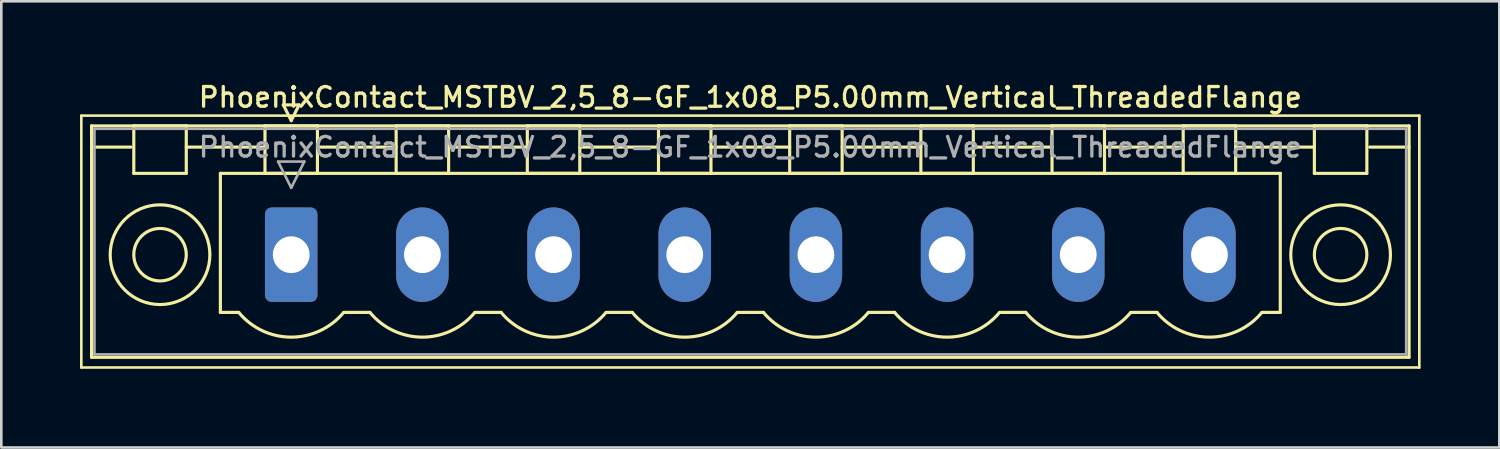
<source format=kicad_pcb>
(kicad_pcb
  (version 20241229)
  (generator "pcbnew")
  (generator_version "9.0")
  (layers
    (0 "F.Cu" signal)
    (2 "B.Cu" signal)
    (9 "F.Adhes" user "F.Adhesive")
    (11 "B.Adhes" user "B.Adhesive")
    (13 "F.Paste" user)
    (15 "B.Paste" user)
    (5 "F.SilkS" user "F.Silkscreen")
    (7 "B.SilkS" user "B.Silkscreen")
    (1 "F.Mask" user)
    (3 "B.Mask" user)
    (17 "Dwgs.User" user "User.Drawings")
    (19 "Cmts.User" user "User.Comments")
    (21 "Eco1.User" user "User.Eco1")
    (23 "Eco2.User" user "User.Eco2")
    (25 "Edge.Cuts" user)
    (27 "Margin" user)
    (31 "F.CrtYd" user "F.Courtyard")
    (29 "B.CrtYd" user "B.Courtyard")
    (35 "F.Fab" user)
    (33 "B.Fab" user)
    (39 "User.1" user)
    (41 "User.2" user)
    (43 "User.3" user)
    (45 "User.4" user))
  (footprint "PhoenixContact_MSTBV_2,5_8-GF_1x08_P5.00mm_Vertical_ThreadedFlange"
    (layer "F.Cu")
    (at 8.05 6.658)
    (property "Reference" "PhoenixContact_MSTBV_2,5_8-GF_1x08_P5.00mm_Vertical_ThreadedFlange" (at 17.5 -6 0) (layer "F.SilkS") (effects (font (size 0.75 0.75) (thickness 0.125))))
    (attr through_hole)
    (fp_line (start -8 -5.3) (end -8 4.3) (stroke (width 0.1) (type solid)) (layer "F.SilkS"))
    (fp_line (start -8 4.3) (end 43 4.3) (stroke (width 0.1) (type solid)) (layer "F.SilkS"))
    (fp_line (start -7.61 -4.91) (end -7.61 3.91) (stroke (width 0.12) (type solid)) (layer "F.SilkS"))
    (fp_line (start -7.61 -4.1) (end -6.11 -4.1) (stroke (width 0.12) (type solid)) (layer "F.SilkS"))
    (fp_line (start -7.61 3.91) (end 42.61 3.91) (stroke (width 0.12) (type solid)) (layer "F.SilkS"))
    (fp_line (start -6 -4.91) (end -4 -4.91) (stroke (width 0.12) (type solid)) (layer "F.SilkS"))
    (fp_line (start -6 -3.1) (end -6 -4.91) (stroke (width 0.12) (type solid)) (layer "F.SilkS"))
    (fp_line (start -4 -4.91) (end -4 -3.1) (stroke (width 0.12) (type solid)) (layer "F.SilkS"))
    (fp_line (start -4 -4.1) (end -1 -4.1) (stroke (width 0.12) (type solid)) (layer "F.SilkS"))
    (fp_line (start -4 -3.1) (end -6 -3.1) (stroke (width 0.12) (type solid)) (layer "F.SilkS"))
    (fp_line (start -2.7 -3.1) (end 37.7 -3.1) (stroke (width 0.12) (type solid)) (layer "F.SilkS"))
    (fp_line (start -2.7 2.2) (end -2.7 -3.1) (stroke (width 0.12) (type solid)) (layer "F.SilkS"))
    (fp_line (start -2 2.2) (end -2.7 2.2) (stroke (width 0.12) (type solid)) (layer "F.SilkS"))
    (fp_line (start -1 -4.91) (end 1 -4.91) (stroke (width 0.12) (type solid)) (layer "F.SilkS"))
    (fp_line (start -1 -3.1) (end -1 -4.91) (stroke (width 0.12) (type solid)) (layer "F.SilkS"))
    (fp_line (start -0.3 -5.71) (end 0.3 -5.71) (stroke (width 0.12) (type solid)) (layer "F.SilkS"))
    (fp_line (start 0 -5.11) (end -0.3 -5.71) (stroke (width 0.12) (type solid)) (layer "F.SilkS"))
    (fp_line (start 0.3 -5.71) (end 0 -5.11) (stroke (width 0.12) (type solid)) (layer "F.SilkS"))
    (fp_line (start 1 -4.91) (end 1 -3.1) (stroke (width 0.12) (type solid)) (layer "F.SilkS"))
    (fp_line (start 1 -4.1) (end 4 -4.1) (stroke (width 0.12) (type solid)) (layer "F.SilkS"))
    (fp_line (start 1 -3.1) (end -1 -3.1) (stroke (width 0.12) (type solid)) (layer "F.SilkS"))
    (fp_line (start 2 2.2) (end 3 2.2) (stroke (width 0.12) (type solid)) (layer "F.SilkS"))
    (fp_line (start 4 -4.91) (end 6 -4.91) (stroke (width 0.12) (type solid)) (layer "F.SilkS"))
    (fp_line (start 4 -3.1) (end 4 -4.91) (stroke (width 0.12) (type solid)) (layer "F.SilkS"))
    (fp_line (start 6 -4.91) (end 6 -3.1) (stroke (width 0.12) (type solid)) (layer "F.SilkS"))
    (fp_line (start 6 -4.1) (end 9 -4.1) (stroke (width 0.12) (type solid)) (layer "F.SilkS"))
    (fp_line (start 6 -3.1) (end 4 -3.1) (stroke (width 0.12) (type solid)) (layer "F.SilkS"))
    (fp_line (start 7 2.2) (end 8 2.2) (stroke (width 0.12) (type solid)) (layer "F.SilkS"))
    (fp_line (start 9 -4.91) (end 11 -4.91) (stroke (width 0.12) (type solid)) (layer "F.SilkS"))
    (fp_line (start 9 -3.1) (end 9 -4.91) (stroke (width 0.12) (type solid)) (layer "F.SilkS"))
    (fp_line (start 11 -4.91) (end 11 -3.1) (stroke (width 0.12) (type solid)) (layer "F.SilkS"))
    (fp_line (start 11 -4.1) (end 14 -4.1) (stroke (width 0.12) (type solid)) (layer "F.SilkS"))
    (fp_line (start 11 -3.1) (end 9 -3.1) (stroke (width 0.12) (type solid)) (layer "F.SilkS"))
    (fp_line (start 12 2.2) (end 13 2.2) (stroke (width 0.12) (type solid)) (layer "F.SilkS"))
    (fp_line (start 14 -4.91) (end 16 -4.91) (stroke (width 0.12) (type solid)) (layer "F.SilkS"))
    (fp_line (start 14 -3.1) (end 14 -4.91) (stroke (width 0.12) (type solid)) (layer "F.SilkS"))
    (fp_line (start 16 -4.91) (end 16 -3.1) (stroke (width 0.12) (type solid)) (layer "F.SilkS"))
    (fp_line (start 16 -4.1) (end 19 -4.1) (stroke (width 0.12) (type solid)) (layer "F.SilkS"))
    (fp_line (start 16 -3.1) (end 14 -3.1) (stroke (width 0.12) (type solid)) (layer "F.SilkS"))
    (fp_line (start 17 2.2) (end 18 2.2) (stroke (width 0.12) (type solid)) (layer "F.SilkS"))
    (fp_line (start 19 -4.91) (end 21 -4.91) (stroke (width 0.12) (type solid)) (layer "F.SilkS"))
    (fp_line (start 19 -3.1) (end 19 -4.91) (stroke (width 0.12) (type solid)) (layer "F.SilkS"))
    (fp_line (start 21 -4.91) (end 21 -3.1) (stroke (width 0.12) (type solid)) (layer "F.SilkS"))
    (fp_line (start 21 -4.1) (end 24 -4.1) (stroke (width 0.12) (type solid)) (layer "F.SilkS"))
    (fp_line (start 21 -3.1) (end 19 -3.1) (stroke (width 0.12) (type solid)) (layer "F.SilkS"))
    (fp_line (start 22 2.2) (end 23 2.2) (stroke (width 0.12) (type solid)) (layer "F.SilkS"))
    (fp_line (start 24 -4.91) (end 26 -4.91) (stroke (width 0.12) (type solid)) (layer "F.SilkS"))
    (fp_line (start 24 -3.1) (end 24 -4.91) (stroke (width 0.12) (type solid)) (layer "F.SilkS"))
    (fp_line (start 26 -4.91) (end 26 -3.1) (stroke (width 0.12) (type solid)) (layer "F.SilkS"))
    (fp_line (start 26 -4.1) (end 29 -4.1) (stroke (width 0.12) (type solid)) (layer "F.SilkS"))
    (fp_line (start 26 -3.1) (end 24 -3.1) (stroke (width 0.12) (type solid)) (layer "F.SilkS"))
    (fp_line (start 27 2.2) (end 28 2.2) (stroke (width 0.12) (type solid)) (layer "F.SilkS"))
    (fp_line (start 29 -4.91) (end 31 -4.91) (stroke (width 0.12) (type solid)) (layer "F.SilkS"))
    (fp_line (start 29 -3.1) (end 29 -4.91) (stroke (width 0.12) (type solid)) (layer "F.SilkS"))
    (fp_line (start 31 -4.91) (end 31 -3.1) (stroke (width 0.12) (type solid)) (layer "F.SilkS"))
    (fp_line (start 31 -4.1) (end 34 -4.1) (stroke (width 0.12) (type solid)) (layer "F.SilkS"))
    (fp_line (start 31 -3.1) (end 29 -3.1) (stroke (width 0.12) (type solid)) (layer "F.SilkS"))
    (fp_line (start 32 2.2) (end 33 2.2) (stroke (width 0.12) (type solid)) (layer "F.SilkS"))
    (fp_line (start 34 -4.91) (end 36 -4.91) (stroke (width 0.12) (type solid)) (layer "F.SilkS"))
    (fp_line (start 34 -3.1) (end 34 -4.91) (stroke (width 0.12) (type solid)) (layer "F.SilkS"))
    (fp_line (start 36 -4.91) (end 36 -3.1) (stroke (width 0.12) (type solid)) (layer "F.SilkS"))
    (fp_line (start 36 -4.1) (end 39 -4.1) (stroke (width 0.12) (type solid)) (layer "F.SilkS"))
    (fp_line (start 36 -3.1) (end 34 -3.1) (stroke (width 0.12) (type solid)) (layer "F.SilkS"))
    (fp_line (start 37.7 -3.1) (end 37.7 2.2) (stroke (width 0.12) (type solid)) (layer "F.SilkS"))
    (fp_line (start 37.7 2.2) (end 37 2.2) (stroke (width 0.12) (type solid)) (layer "F.SilkS"))
    (fp_line (start 39 -4.91) (end 41 -4.91) (stroke (width 0.12) (type solid)) (layer "F.SilkS"))
    (fp_line (start 39 -3.1) (end 39 -4.91) (stroke (width 0.12) (type solid)) (layer "F.SilkS"))
    (fp_line (start 41 -4.91) (end 41 -3.1) (stroke (width 0.12) (type solid)) (layer "F.SilkS"))
    (fp_line (start 41 -3.1) (end 39 -3.1) (stroke (width 0.12) (type solid)) (layer "F.SilkS"))
    (fp_line (start 42.61 -4.91) (end -7.61 -4.91) (stroke (width 0.12) (type solid)) (layer "F.SilkS"))
    (fp_line (start 42.61 -4.1) (end 41.11 -4.1) (stroke (width 0.12) (type solid)) (layer "F.SilkS"))
    (fp_line (start 42.61 3.91) (end 42.61 -4.91) (stroke (width 0.12) (type solid)) (layer "F.SilkS"))
    (fp_line (start 43 -5.3) (end -8 -5.3) (stroke (width 0.1) (type solid)) (layer "F.SilkS"))
    (fp_line (start 43 4.3) (end 43 -5.3) (stroke (width 0.1) (type solid)) (layer "F.SilkS"))
    (fp_arc (start 1.986842 2.215821) (mid -0.010289 3.142758) (end -2 2.2) (stroke (width 0.12) (type solid)) (layer "F.SilkS"))
    (fp_arc (start 6.986842 2.215821) (mid 4.989711 3.142758) (end 3 2.2) (stroke (width 0.12) (type solid)) (layer "F.SilkS"))
    (fp_arc (start 11.986842 2.215821) (mid 9.989711 3.142758) (end 8 2.2) (stroke (width 0.12) (type solid)) (layer "F.SilkS"))
    (fp_arc (start 16.986842 2.215821) (mid 14.989711 3.142758) (end 13 2.2) (stroke (width 0.12) (type solid)) (layer "F.SilkS"))
    (fp_arc (start 21.986842 2.215821) (mid 19.989711 3.142758) (end 18 2.2) (stroke (width 0.12) (type solid)) (layer "F.SilkS"))
    (fp_arc (start 26.986842 2.215821) (mid 24.989711 3.142758) (end 23 2.2) (stroke (width 0.12) (type solid)) (layer "F.SilkS"))
    (fp_arc (start 31.986842 2.215821) (mid 29.989711 3.142758) (end 28 2.2) (stroke (width 0.12) (type solid)) (layer "F.SilkS"))
    (fp_arc (start 36.986842 2.215821) (mid 34.989711 3.142758) (end 33 2.2) (stroke (width 0.12) (type solid)) (layer "F.SilkS"))
    (fp_circle (center -5 0) (end -4 0) (stroke (width 0.12) (type solid)) (fill no) (layer "F.SilkS"))
    (fp_circle (center -5 0) (end -3.1 0) (stroke (width 0.12) (type solid)) (fill no) (layer "F.SilkS"))
    (fp_circle (center 40 0) (end 41 0) (stroke (width 0.12) (type solid)) (fill no) (layer "F.SilkS"))
    (fp_circle (center 40 0) (end 41.9 0) (stroke (width 0.12) (type solid)) (fill no) (layer "F.SilkS"))
    (fp_line (start -7.5 -4.8) (end -7.5 3.8) (stroke (width 0.1) (type solid)) (layer "F.Fab"))
    (fp_line (start -7.5 3.8) (end 42.5 3.8) (stroke (width 0.1) (type solid)) (layer "F.Fab"))
    (fp_line (start -0.5 -3.55) (end 0.5 -3.55) (stroke (width 0.1) (type solid)) (layer "F.Fab"))
    (fp_line (start 0 -2.55) (end -0.5 -3.55) (stroke (width 0.1) (type solid)) (layer "F.Fab"))
    (fp_line (start 0.5 -3.55) (end 0 -2.55) (stroke (width 0.1) (type solid)) (layer "F.Fab"))
    (fp_line (start 42.5 -4.8) (end -7.5 -4.8) (stroke (width 0.1) (type solid)) (layer "F.Fab"))
    (fp_line (start 42.5 3.8) (end 42.5 -4.8) (stroke (width 0.1) (type solid)) (layer "F.Fab"))
    (fp_text user "${REFERENCE}" (at 17.5 -4.1 0) (layer "F.Fab") (effects (font (size 0.75 0.75) (thickness 0.125))))
    (pad "1" thru_hole roundrect (at 0 0) (size 2 3.6) (drill 1.4) (layers "*.Cu" "*.Mask") (roundrect_rratio 0.125))
    (pad "2" thru_hole oval (at 5 0) (size 2 3.6) (drill 1.4) (layers "*.Cu" "*.Mask"))
    (pad "3" thru_hole oval (at 10 0) (size 2 3.6) (drill 1.4) (layers "*.Cu" "*.Mask"))
    (pad "4" thru_hole oval (at 15 0) (size 2 3.6) (drill 1.4) (layers "*.Cu" "*.Mask"))
    (pad "5" thru_hole oval (at 20 0) (size 2 3.6) (drill 1.4) (layers "*.Cu" "*.Mask"))
    (pad "6" thru_hole oval (at 25 0) (size 2 3.6) (drill 1.4) (layers "*.Cu" "*.Mask"))
    (pad "7" thru_hole oval (at 30 0) (size 2 3.6) (drill 1.4) (layers "*.Cu" "*.Mask"))
    (pad "8" thru_hole oval (at 35 0) (size 2 3.6) (drill 1.4) (layers "*.Cu" "*.Mask")))
  (gr_rect
    (start -3 -3)
    (end 54.1 14.008)
    (stroke (width 0.1) (type default))
    (fill no)
    (layer "Edge.Cuts")))
</source>
